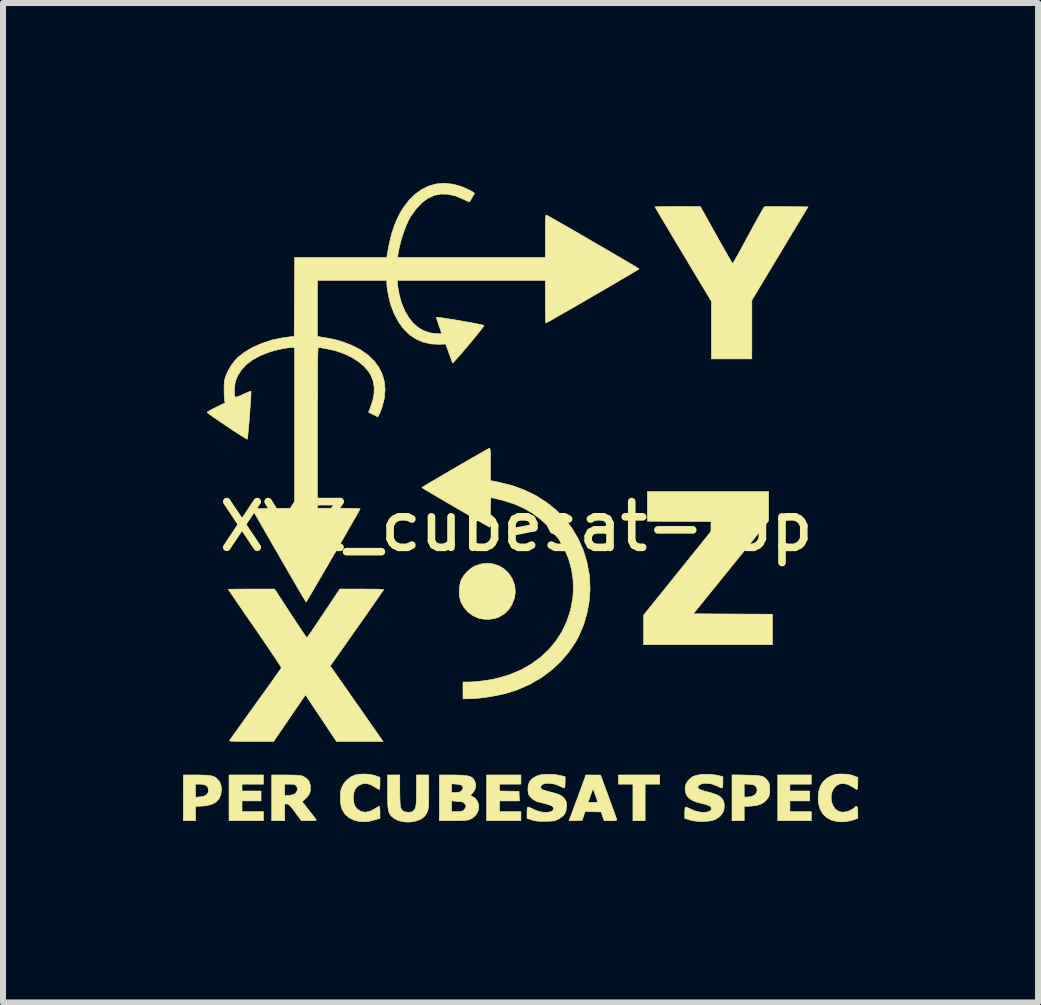
<source format=kicad_pcb>
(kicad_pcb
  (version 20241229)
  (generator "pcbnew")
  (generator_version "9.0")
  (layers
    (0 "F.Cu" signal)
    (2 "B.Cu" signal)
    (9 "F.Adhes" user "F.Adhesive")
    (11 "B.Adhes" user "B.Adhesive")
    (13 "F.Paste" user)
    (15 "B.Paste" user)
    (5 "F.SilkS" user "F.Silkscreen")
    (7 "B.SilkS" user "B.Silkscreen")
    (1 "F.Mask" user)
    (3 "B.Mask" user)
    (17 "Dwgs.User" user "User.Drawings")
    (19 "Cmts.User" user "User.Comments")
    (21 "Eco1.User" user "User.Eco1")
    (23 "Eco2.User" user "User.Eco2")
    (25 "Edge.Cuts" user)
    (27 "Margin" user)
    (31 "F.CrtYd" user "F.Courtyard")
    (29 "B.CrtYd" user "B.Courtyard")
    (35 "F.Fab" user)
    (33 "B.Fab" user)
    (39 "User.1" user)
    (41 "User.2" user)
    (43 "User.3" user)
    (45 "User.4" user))
  (footprint "XYZ_cubesat-top"
    (layer "F.Cu")
    (at 5.555 5.725)
    (property "Reference" "XYZ_cubesat-top" (at 0 0 0) (layer "F.SilkS") (effects (font (size 0.762 0.762) (thickness 0.127))))
    (attr exclude_from_pos_files exclude_from_bom)
    (fp_poly (pts (xy 2.388 4.293) (xy 2.146 4.293) (xy 2.146 4.902) (xy 1.943 4.902) (xy 1.943 4.293) (xy 1.702 4.293) (xy 1.702 4.14) (xy 2.388 4.14) (xy 2.388 4.293)) (stroke (width 0.01) (type solid)) (fill yes) (layer "F.SilkS"))
    (fp_poly (pts (xy -4.216 4.293) (xy -4.572 4.293) (xy -4.572 4.407) (xy -4.255 4.407) (xy -4.255 4.572) (xy -4.572 4.572) (xy -4.572 4.75) (xy -4.216 4.75) (xy -4.216 4.902) (xy -4.788 4.902) (xy -4.788 4.14) (xy -4.216 4.14) (xy -4.216 4.293)) (stroke (width 0.01) (type solid)) (fill yes) (layer "F.SilkS"))
    (fp_poly (pts (xy 4.915 4.293) (xy 4.559 4.293) (xy 4.559 4.407) (xy 4.889 4.407) (xy 4.889 4.572) (xy 4.559 4.572) (xy 4.559 4.75) (xy 4.915 4.75) (xy 4.915 4.902) (xy 4.356 4.902) (xy 4.356 4.14) (xy 4.915 4.14) (xy 4.915 4.293)) (stroke (width 0.01) (type solid)) (fill yes) (layer "F.SilkS"))
    (fp_poly (pts (xy 0.076 4.293) (xy -0.279 4.293) (xy -0.279 4.406) (xy -0.117 4.41) (xy 0.044 4.413) (xy 0.052 4.572) (xy -0.279 4.572) (xy -0.279 4.75) (xy 0.076 4.75) (xy 0.076 4.902) (xy -0.495 4.902) (xy -0.495 4.14) (xy 0.076 4.14) (xy 0.076 4.293)) (stroke (width 0.01) (type solid)) (fill yes) (layer "F.SilkS"))
    (fp_poly (pts (xy 4.203 -0.34) (xy 4.203 -0.095) (xy 3.576 0.679) (xy 2.949 1.454) (xy 4.267 1.461) (xy 4.267 1.968) (xy 2.121 1.968) (xy 2.121 1.476) (xy 3.376 -0.083) (xy 2.78 -0.086) (xy 2.184 -0.089) (xy 2.184 -0.584) (xy 4.204 -0.584) (xy 4.203 -0.34)) (stroke (width 0.01) (type solid)) (fill yes) (layer "F.SilkS"))
    (fp_poly (pts (xy -5.337 4.14) (xy -5.242 4.141) (xy -5.168 4.144) (xy -5.111 4.149) (xy -5.067 4.158) (xy -5.033 4.171) (xy -5.004 4.189) (xy -4.99 4.2) (xy -4.945 4.252) (xy -4.921 4.316) (xy -4.915 4.381) (xy -4.925 4.467) (xy -4.954 4.536) (xy -5.004 4.59) (xy -5.073 4.628) (xy -5.163 4.652) (xy -5.229 4.658) (xy -5.347 4.664) (xy -5.347 4.902) (xy -5.55 4.902) (xy -5.55 4.293) (xy -5.347 4.293) (xy -5.347 4.512) (xy -5.268 4.504) (xy -5.209 4.494) (xy -5.17 4.476) (xy -5.16 4.468) (xy -5.136 4.432) (xy -5.131 4.393) (xy -5.14 4.346) (xy -5.168 4.315) (xy -5.216 4.297) (xy -5.272 4.293) (xy -5.347 4.293) (xy -5.55 4.293) (xy -5.55 4.14) (xy -5.337 4.14)) (stroke (width 0.01) (type solid)) (fill yes) (layer "F.SilkS"))
    (fp_poly (pts (xy -0.379 0.624) (xy -0.285 0.656) (xy -0.201 0.708) (xy -0.129 0.778) (xy -0.072 0.864) (xy -0.033 0.964) (xy -0.026 0.994) (xy -0.017 1.094) (xy -0.032 1.194) (xy -0.072 1.296) (xy -0.072 1.297) (xy -0.125 1.381) (xy -0.193 1.448) (xy -0.279 1.502) (xy -0.288 1.507) (xy -0.364 1.533) (xy -0.453 1.546) (xy -0.544 1.544) (xy -0.629 1.529) (xy -0.638 1.525) (xy -0.728 1.483) (xy -0.808 1.422) (xy -0.875 1.345) (xy -0.922 1.259) (xy -0.935 1.222) (xy -0.948 1.149) (xy -0.951 1.067) (xy -0.944 0.984) (xy -0.927 0.911) (xy -0.917 0.886) (xy -0.876 0.817) (xy -0.818 0.75) (xy -0.75 0.693) (xy -0.687 0.656) (xy -0.583 0.622) (xy -0.479 0.611) (xy -0.379 0.624)) (stroke (width 0.01) (type solid)) (fill yes) (layer "F.SilkS"))
    (fp_poly (pts (xy 3.832 4.142) (xy 3.926 4.145) (xy 3.998 4.148) (xy 4.053 4.154) (xy 4.094 4.162) (xy 4.125 4.176) (xy 4.15 4.195) (xy 4.173 4.22) (xy 4.187 4.238) (xy 4.206 4.265) (xy 4.216 4.291) (xy 4.221 4.324) (xy 4.223 4.373) (xy 4.223 4.383) (xy 4.222 4.435) (xy 4.217 4.471) (xy 4.207 4.499) (xy 4.189 4.529) (xy 4.185 4.535) (xy 4.137 4.588) (xy 4.077 4.625) (xy 4.002 4.648) (xy 3.91 4.659) (xy 3.797 4.664) (xy 3.797 4.902) (xy 3.594 4.902) (xy 3.594 4.508) (xy 3.797 4.508) (xy 3.839 4.508) (xy 3.88 4.505) (xy 3.924 4.496) (xy 3.927 4.495) (xy 3.974 4.472) (xy 4.003 4.436) (xy 4.013 4.393) (xy 4.002 4.348) (xy 3.989 4.33) (xy 3.971 4.313) (xy 3.945 4.303) (xy 3.904 4.297) (xy 3.882 4.295) (xy 3.797 4.29) (xy 3.797 4.508) (xy 3.594 4.508) (xy 3.594 4.138) (xy 3.832 4.142)) (stroke (width 0.01) (type solid)) (fill yes) (layer "F.SilkS"))
    (fp_poly (pts (xy 1.403 4.141) (xy 1.537 4.504) (xy 1.57 4.595) (xy 1.601 4.679) (xy 1.628 4.753) (xy 1.649 4.813) (xy 1.665 4.857) (xy 1.673 4.881) (xy 1.674 4.885) (xy 1.671 4.893) (xy 1.654 4.899) (xy 1.619 4.902) (xy 1.57 4.902) (xy 1.463 4.902) (xy 1.438 4.829) (xy 1.414 4.756) (xy 1.145 4.749) (xy 1.121 4.822) (xy 1.097 4.896) (xy 0.986 4.9) (xy 0.876 4.903) (xy 0.9 4.842) (xy 0.911 4.814) (xy 0.929 4.766) (xy 0.953 4.702) (xy 0.981 4.625) (xy 0.991 4.597) (xy 1.195 4.597) (xy 1.278 4.597) (xy 1.323 4.596) (xy 1.348 4.593) (xy 1.356 4.585) (xy 1.355 4.579) (xy 1.347 4.559) (xy 1.334 4.522) (xy 1.317 4.475) (xy 1.313 4.464) (xy 1.297 4.42) (xy 1.284 4.388) (xy 1.277 4.372) (xy 1.276 4.372) (xy 1.271 4.384) (xy 1.259 4.416) (xy 1.243 4.46) (xy 1.234 4.486) (xy 1.195 4.597) (xy 0.991 4.597) (xy 1.012 4.541) (xy 1.042 4.461) (xy 1.159 4.14) (xy 1.403 4.141)) (stroke (width 0.01) (type solid)) (fill yes) (layer "F.SilkS"))
    (fp_poly (pts (xy -1.943 4.385) (xy -1.942 4.464) (xy -1.94 4.538) (xy -1.938 4.602) (xy -1.934 4.649) (xy -1.93 4.676) (xy -1.908 4.723) (xy -1.872 4.75) (xy -1.819 4.762) (xy -1.8 4.763) (xy -1.757 4.759) (xy -1.728 4.747) (xy -1.709 4.731) (xy -1.695 4.713) (xy -1.684 4.691) (xy -1.676 4.662) (xy -1.67 4.623) (xy -1.667 4.569) (xy -1.665 4.498) (xy -1.664 4.407) (xy -1.664 4.372) (xy -1.664 4.14) (xy -1.46 4.14) (xy -1.46 4.423) (xy -1.461 4.515) (xy -1.461 4.586) (xy -1.462 4.639) (xy -1.465 4.678) (xy -1.469 4.706) (xy -1.474 4.729) (xy -1.482 4.75) (xy -1.493 4.771) (xy -1.493 4.773) (xy -1.533 4.832) (xy -1.588 4.874) (xy -1.66 4.903) (xy -1.707 4.914) (xy -1.765 4.923) (xy -1.812 4.925) (xy -1.861 4.922) (xy -1.908 4.915) (xy -1.974 4.896) (xy -2.035 4.865) (xy -2.082 4.827) (xy -2.092 4.815) (xy -2.109 4.789) (xy -2.122 4.762) (xy -2.132 4.729) (xy -2.139 4.688) (xy -2.143 4.634) (xy -2.145 4.563) (xy -2.146 4.473) (xy -2.146 4.418) (xy -2.146 4.14) (xy -1.943 4.14) (xy -1.943 4.385)) (stroke (width 0.01) (type solid)) (fill yes) (layer "F.SilkS"))
    (fp_poly (pts (xy 3.067 -5.333) (xy 3.332 -4.857) (xy 3.388 -4.757) (xy 3.44 -4.664) (xy 3.488 -4.58) (xy 3.529 -4.508) (xy 3.562 -4.45) (xy 3.587 -4.409) (xy 3.602 -4.386) (xy 3.605 -4.382) (xy 3.612 -4.393) (xy 3.631 -4.424) (xy 3.658 -4.472) (xy 3.694 -4.536) (xy 3.737 -4.614) (xy 3.785 -4.702) (xy 3.837 -4.799) (xy 3.867 -4.853) (xy 3.921 -4.954) (xy 3.972 -5.047) (xy 4.019 -5.131) (xy 4.059 -5.203) (xy 4.092 -5.261) (xy 4.116 -5.303) (xy 4.131 -5.326) (xy 4.134 -5.329) (xy 4.149 -5.331) (xy 4.187 -5.331) (xy 4.243 -5.332) (xy 4.315 -5.332) (xy 4.399 -5.332) (xy 4.491 -5.331) (xy 4.504 -5.331) (xy 4.861 -5.328) (xy 4.392 -4.549) (xy 3.924 -3.771) (xy 3.924 -2.794) (xy 3.251 -2.794) (xy 3.251 -3.753) (xy 2.781 -4.536) (xy 2.704 -4.665) (xy 2.631 -4.787) (xy 2.563 -4.901) (xy 2.501 -5.005) (xy 2.445 -5.098) (xy 2.398 -5.177) (xy 2.36 -5.242) (xy 2.333 -5.289) (xy 2.316 -5.318) (xy 2.311 -5.327) (xy 2.324 -5.328) (xy 2.358 -5.33) (xy 2.412 -5.332) (xy 2.481 -5.333) (xy 2.564 -5.333) (xy 2.656 -5.334) (xy 2.689 -5.334) (xy 3.067 -5.333)) (stroke (width 0.01) (type solid)) (fill yes) (layer "F.SilkS"))
    (fp_poly (pts (xy -3.839 4.14) (xy -3.752 4.141) (xy -3.686 4.142) (xy -3.638 4.145) (xy -3.602 4.149) (xy -3.575 4.154) (xy -3.553 4.162) (xy -3.549 4.164) (xy -3.489 4.203) (xy -3.45 4.255) (xy -3.432 4.321) (xy -3.435 4.402) (xy -3.435 4.404) (xy -3.444 4.442) (xy -3.46 4.473) (xy -3.489 4.507) (xy -3.506 4.525) (xy -3.569 4.585) (xy -3.457 4.728) (xy -3.416 4.78) (xy -3.38 4.826) (xy -3.353 4.862) (xy -3.338 4.883) (xy -3.336 4.886) (xy -3.337 4.894) (xy -3.353 4.899) (xy -3.388 4.901) (xy -3.444 4.902) (xy -3.454 4.902) (xy -3.582 4.902) (xy -3.685 4.763) (xy -3.727 4.706) (xy -3.758 4.666) (xy -3.782 4.642) (xy -3.8 4.628) (xy -3.816 4.623) (xy -3.824 4.623) (xy -3.861 4.623) (xy -3.861 4.902) (xy -4.077 4.902) (xy -4.077 4.293) (xy -3.861 4.293) (xy -3.861 4.487) (xy -3.781 4.479) (xy -3.732 4.472) (xy -3.7 4.46) (xy -3.677 4.442) (xy -3.673 4.438) (xy -3.649 4.396) (xy -3.649 4.354) (xy -3.67 4.318) (xy -3.691 4.303) (xy -3.72 4.295) (xy -3.766 4.293) (xy -3.778 4.293) (xy -3.861 4.293) (xy -4.077 4.293) (xy -4.077 4.14) (xy -3.839 4.14)) (stroke (width 0.01) (type solid)) (fill yes) (layer "F.SilkS"))
    (fp_poly (pts (xy -2.475 4.127) (xy -2.401 4.138) (xy -2.346 4.153) (xy -2.273 4.18) (xy -2.273 4.281) (xy -2.275 4.328) (xy -2.278 4.363) (xy -2.283 4.381) (xy -2.285 4.381) (xy -2.301 4.375) (xy -2.33 4.358) (xy -2.362 4.338) (xy -2.437 4.297) (xy -2.509 4.281) (xy -2.576 4.29) (xy -2.637 4.322) (xy -2.643 4.327) (xy -2.684 4.373) (xy -2.708 4.431) (xy -2.718 4.504) (xy -2.718 4.521) (xy -2.711 4.598) (xy -2.69 4.658) (xy -2.653 4.706) (xy -2.643 4.715) (xy -2.583 4.75) (xy -2.517 4.761) (xy -2.446 4.748) (xy -2.37 4.711) (xy -2.362 4.705) (xy -2.325 4.682) (xy -2.297 4.666) (xy -2.285 4.661) (xy -2.279 4.673) (xy -2.275 4.704) (xy -2.273 4.748) (xy -2.273 4.761) (xy -2.273 4.862) (xy -2.353 4.887) (xy -2.451 4.912) (xy -2.546 4.919) (xy -2.618 4.914) (xy -2.71 4.892) (xy -2.789 4.852) (xy -2.854 4.794) (xy -2.9 4.721) (xy -2.915 4.681) (xy -2.926 4.626) (xy -2.932 4.558) (xy -2.933 4.486) (xy -2.929 4.421) (xy -2.921 4.381) (xy -2.885 4.297) (xy -2.828 4.226) (xy -2.754 4.17) (xy -2.686 4.14) (xy -2.627 4.128) (xy -2.554 4.124) (xy -2.475 4.127)) (stroke (width 0.01) (type solid)) (fill yes) (layer "F.SilkS"))
    (fp_poly (pts (xy 5.498 4.127) (xy 5.554 4.134) (xy 5.605 4.148) (xy 5.617 4.152) (xy 5.69 4.18) (xy 5.69 4.281) (xy 5.688 4.328) (xy 5.685 4.363) (xy 5.68 4.381) (xy 5.678 4.381) (xy 5.662 4.375) (xy 5.633 4.358) (xy 5.601 4.338) (xy 5.526 4.298) (xy 5.454 4.282) (xy 5.388 4.289) (xy 5.329 4.319) (xy 5.327 4.321) (xy 5.286 4.368) (xy 5.258 4.431) (xy 5.246 4.502) (xy 5.25 4.575) (xy 5.271 4.643) (xy 5.274 4.648) (xy 5.313 4.706) (xy 5.361 4.742) (xy 5.423 4.759) (xy 5.425 4.759) (xy 5.479 4.756) (xy 5.538 4.741) (xy 5.593 4.716) (xy 5.633 4.685) (xy 5.634 4.685) (xy 5.658 4.663) (xy 5.674 4.661) (xy 5.684 4.68) (xy 5.689 4.722) (xy 5.69 4.761) (xy 5.69 4.861) (xy 5.634 4.882) (xy 5.596 4.895) (xy 5.556 4.905) (xy 5.506 4.913) (xy 5.448 4.92) (xy 5.418 4.92) (xy 5.374 4.918) (xy 5.346 4.915) (xy 5.251 4.892) (xy 5.171 4.849) (xy 5.108 4.789) (xy 5.063 4.711) (xy 5.036 4.618) (xy 5.029 4.529) (xy 5.038 4.421) (xy 5.064 4.331) (xy 5.108 4.257) (xy 5.17 4.198) (xy 5.227 4.164) (xy 5.269 4.145) (xy 5.304 4.133) (xy 5.342 4.127) (xy 5.39 4.124) (xy 5.426 4.124) (xy 5.498 4.127)) (stroke (width 0.01) (type solid)) (fill yes) (layer "F.SilkS"))
    (fp_poly (pts (xy -1.057 4.14) (xy -0.957 4.142) (xy -0.879 4.146) (xy -0.82 4.153) (xy -0.775 4.164) (xy -0.742 4.181) (xy -0.718 4.203) (xy -0.706 4.219) (xy -0.681 4.278) (xy -0.678 4.34) (xy -0.697 4.399) (xy -0.735 4.448) (xy -0.737 4.45) (xy -0.76 4.471) (xy -0.765 4.481) (xy -0.754 4.488) (xy -0.749 4.489) (xy -0.695 4.519) (xy -0.655 4.567) (xy -0.631 4.627) (xy -0.627 4.696) (xy -0.629 4.709) (xy -0.648 4.766) (xy -0.687 4.819) (xy -0.738 4.862) (xy -0.794 4.888) (xy -0.824 4.893) (xy -0.873 4.897) (xy -0.938 4.9) (xy -1.012 4.902) (xy -1.064 4.902) (xy -1.283 4.902) (xy -1.283 4.75) (xy -1.079 4.75) (xy -0.99 4.75) (xy -0.941 4.749) (xy -0.909 4.744) (xy -0.886 4.733) (xy -0.869 4.719) (xy -0.848 4.69) (xy -0.838 4.663) (xy -0.838 4.661) (xy -0.85 4.628) (xy -0.878 4.6) (xy -0.915 4.585) (xy -0.925 4.585) (xy -0.961 4.583) (xy -1.006 4.578) (xy -1.021 4.577) (xy -1.079 4.569) (xy -1.079 4.75) (xy -1.283 4.75) (xy -1.283 4.432) (xy -1.079 4.432) (xy -1.01 4.432) (xy -0.962 4.429) (xy -0.93 4.419) (xy -0.914 4.407) (xy -0.896 4.381) (xy -0.889 4.359) (xy -0.895 4.33) (xy -0.913 4.31) (xy -0.949 4.299) (xy -0.996 4.293) (xy -1.079 4.286) (xy -1.079 4.432) (xy -1.283 4.432) (xy -1.283 4.14) (xy -1.057 4.14)) (stroke (width 0.01) (type solid)) (fill yes) (layer "F.SilkS"))
    (fp_poly (pts (xy 3.231 4.13) (xy 3.309 4.138) (xy 3.353 4.146) (xy 3.442 4.168) (xy 3.442 4.262) (xy 3.44 4.318) (xy 3.434 4.349) (xy 3.427 4.356) (xy 3.408 4.351) (xy 3.375 4.337) (xy 3.348 4.324) (xy 3.253 4.289) (xy 3.163 4.278) (xy 3.111 4.282) (xy 3.066 4.297) (xy 3.034 4.319) (xy 3.023 4.345) (xy 3.023 4.345) (xy 3.034 4.366) (xy 3.068 4.386) (xy 3.126 4.406) (xy 3.177 4.419) (xy 3.273 4.445) (xy 3.346 4.473) (xy 3.4 4.505) (xy 3.436 4.543) (xy 3.457 4.589) (xy 3.464 4.623) (xy 3.463 4.702) (xy 3.439 4.771) (xy 3.393 4.83) (xy 3.327 4.875) (xy 3.294 4.889) (xy 3.228 4.906) (xy 3.146 4.914) (xy 3.058 4.915) (xy 2.971 4.907) (xy 2.894 4.891) (xy 2.886 4.888) (xy 2.807 4.863) (xy 2.807 4.768) (xy 2.809 4.713) (xy 2.814 4.682) (xy 2.821 4.674) (xy 2.839 4.679) (xy 2.872 4.693) (xy 2.915 4.713) (xy 2.919 4.715) (xy 2.984 4.741) (xy 3.05 4.757) (xy 3.114 4.763) (xy 3.17 4.76) (xy 3.214 4.747) (xy 3.243 4.725) (xy 3.251 4.699) (xy 3.242 4.673) (xy 3.213 4.651) (xy 3.161 4.632) (xy 3.1 4.617) (xy 3.003 4.592) (xy 2.928 4.561) (xy 2.874 4.524) (xy 2.838 4.478) (xy 2.819 4.432) (xy 2.811 4.358) (xy 2.827 4.289) (xy 2.866 4.228) (xy 2.926 4.177) (xy 2.952 4.162) (xy 3.002 4.145) (xy 3.07 4.133) (xy 3.149 4.128) (xy 3.231 4.13)) (stroke (width 0.01) (type solid)) (fill yes) (layer "F.SilkS"))
    (fp_poly (pts (xy 0.645 4.134) (xy 0.716 4.145) (xy 0.731 4.148) (xy 0.813 4.169) (xy 0.813 4.262) (xy 0.811 4.317) (xy 0.805 4.348) (xy 0.798 4.356) (xy 0.781 4.351) (xy 0.747 4.337) (xy 0.706 4.317) (xy 0.705 4.317) (xy 0.644 4.294) (xy 0.582 4.281) (xy 0.523 4.278) (xy 0.471 4.284) (xy 0.432 4.3) (xy 0.41 4.325) (xy 0.406 4.342) (xy 0.409 4.36) (xy 0.42 4.375) (xy 0.444 4.388) (xy 0.483 4.401) (xy 0.542 4.417) (xy 0.569 4.424) (xy 0.649 4.446) (xy 0.709 4.467) (xy 0.753 4.489) (xy 0.785 4.516) (xy 0.811 4.547) (xy 0.827 4.576) (xy 0.836 4.606) (xy 0.837 4.646) (xy 0.836 4.674) (xy 0.826 4.742) (xy 0.802 4.794) (xy 0.761 4.837) (xy 0.707 4.872) (xy 0.676 4.888) (xy 0.649 4.898) (xy 0.617 4.905) (xy 0.576 4.909) (xy 0.518 4.911) (xy 0.489 4.911) (xy 0.416 4.912) (xy 0.361 4.91) (xy 0.317 4.904) (xy 0.276 4.895) (xy 0.257 4.889) (xy 0.178 4.863) (xy 0.178 4.768) (xy 0.179 4.717) (xy 0.183 4.687) (xy 0.191 4.675) (xy 0.195 4.674) (xy 0.214 4.679) (xy 0.249 4.694) (xy 0.291 4.714) (xy 0.292 4.715) (xy 0.355 4.741) (xy 0.419 4.757) (xy 0.482 4.763) (xy 0.538 4.76) (xy 0.583 4.748) (xy 0.612 4.727) (xy 0.622 4.699) (xy 0.615 4.677) (xy 0.593 4.657) (xy 0.552 4.639) (xy 0.489 4.62) (xy 0.454 4.611) (xy 0.382 4.593) (xy 0.33 4.576) (xy 0.291 4.556) (xy 0.258 4.531) (xy 0.236 4.509) (xy 0.214 4.482) (xy 0.201 4.453) (xy 0.195 4.412) (xy 0.193 4.39) (xy 0.197 4.313) (xy 0.221 4.25) (xy 0.266 4.2) (xy 0.334 4.16) (xy 0.368 4.147) (xy 0.42 4.135) (xy 0.489 4.129) (xy 0.567 4.128) (xy 0.645 4.134)) (stroke (width 0.01) (type solid)) (fill yes) (layer "F.SilkS"))
    (fp_poly (pts (xy -3.764 1.448) (xy -3.705 1.538) (xy -3.65 1.622) (xy -3.6 1.696) (xy -3.558 1.759) (xy -3.525 1.808) (xy -3.502 1.84) (xy -3.492 1.854) (xy -3.491 1.854) (xy -3.483 1.844) (xy -3.462 1.815) (xy -3.43 1.769) (xy -3.389 1.709) (xy -3.34 1.637) (xy -3.285 1.555) (xy -3.225 1.466) (xy -3.213 1.448) (xy -2.942 1.041) (xy -2.576 1.041) (xy -2.483 1.042) (xy -2.398 1.042) (xy -2.325 1.043) (xy -2.268 1.045) (xy -2.228 1.046) (xy -2.211 1.048) (xy -2.21 1.049) (xy -2.217 1.06) (xy -2.237 1.09) (xy -2.269 1.136) (xy -2.311 1.197) (xy -2.363 1.271) (xy -2.421 1.354) (xy -2.485 1.447) (xy -2.554 1.545) (xy -2.626 1.648) (xy -2.7 1.753) (xy -2.774 1.858) (xy -2.846 1.961) (xy -2.916 2.06) (xy -2.981 2.152) (xy -3.041 2.237) (xy -3.064 2.269) (xy -3.102 2.322) (xy -2.686 2.917) (xy -2.608 3.027) (xy -2.535 3.132) (xy -2.467 3.23) (xy -2.405 3.318) (xy -2.351 3.395) (xy -2.307 3.458) (xy -2.274 3.506) (xy -2.252 3.536) (xy -2.245 3.546) (xy -2.221 3.581) (xy -2.997 3.581) (xy -3.256 3.193) (xy -3.515 2.805) (xy -3.78 3.193) (xy -4.045 3.58) (xy -4.417 3.581) (xy -4.528 3.581) (xy -4.615 3.58) (xy -4.681 3.579) (xy -4.729 3.577) (xy -4.76 3.575) (xy -4.776 3.571) (xy -4.78 3.567) (xy -4.78 3.566) (xy -4.771 3.553) (xy -4.748 3.521) (xy -4.714 3.472) (xy -4.668 3.409) (xy -4.613 3.332) (xy -4.55 3.244) (xy -4.481 3.147) (xy -4.406 3.043) (xy -4.346 2.959) (xy -4.268 2.85) (xy -4.194 2.748) (xy -4.126 2.653) (xy -4.066 2.568) (xy -4.014 2.494) (xy -3.971 2.434) (xy -3.94 2.39) (xy -3.921 2.363) (xy -3.916 2.355) (xy -3.922 2.342) (xy -3.941 2.31) (xy -3.973 2.262) (xy -4.015 2.197) (xy -4.067 2.12) (xy -4.127 2.03) (xy -4.195 1.931) (xy -4.268 1.823) (xy -4.346 1.71) (xy -4.356 1.696) (xy -4.434 1.582) (xy -4.509 1.475) (xy -4.577 1.375) (xy -4.639 1.285) (xy -4.692 1.207) (xy -4.737 1.142) (xy -4.77 1.093) (xy -4.792 1.06) (xy -4.8 1.047) (xy -4.801 1.047) (xy -4.788 1.045) (xy -4.754 1.044) (xy -4.7 1.043) (xy -4.63 1.042) (xy -4.547 1.042) (xy -4.455 1.041) (xy -4.415 1.041) (xy -4.03 1.041) (xy -3.764 1.448)) (stroke (width 0.01) (type solid)) (fill yes) (layer "F.SilkS"))
    (fp_poly (pts (xy -0.44 -1.296) (xy -0.437 -1.279) (xy -0.434 -1.248) (xy -0.433 -1.201) (xy -0.432 -1.135) (xy -0.432 -1.047) (xy -0.432 -1.039) (xy -0.432 -0.766) (xy -0.294 -0.739) (xy -0.073 -0.684) (xy 0.134 -0.609) (xy 0.326 -0.516) (xy 0.502 -0.404) (xy 0.661 -0.276) (xy 0.803 -0.132) (xy 0.926 0.027) (xy 1.029 0.2) (xy 1.113 0.387) (xy 1.174 0.585) (xy 1.214 0.794) (xy 1.221 0.855) (xy 1.228 1.052) (xy 1.213 1.251) (xy 1.176 1.449) (xy 1.119 1.641) (xy 1.042 1.823) (xy 0.992 1.916) (xy 0.875 2.09) (xy 0.739 2.25) (xy 0.584 2.393) (xy 0.413 2.52) (xy 0.226 2.628) (xy 0.026 2.716) (xy -0.049 2.743) (xy -0.177 2.781) (xy -0.321 2.814) (xy -0.471 2.84) (xy -0.62 2.859) (xy -0.758 2.869) (xy -0.816 2.87) (xy -0.889 2.87) (xy -0.889 2.591) (xy -0.791 2.591) (xy -0.703 2.587) (xy -0.601 2.577) (xy -0.492 2.563) (xy -0.386 2.544) (xy -0.316 2.529) (xy -0.114 2.469) (xy 0.073 2.391) (xy 0.245 2.294) (xy 0.401 2.18) (xy 0.54 2.051) (xy 0.66 1.907) (xy 0.761 1.75) (xy 0.842 1.58) (xy 0.901 1.4) (xy 0.938 1.21) (xy 0.949 1.092) (xy 0.947 0.901) (xy 0.92 0.714) (xy 0.87 0.534) (xy 0.796 0.362) (xy 0.7 0.2) (xy 0.581 0.05) (xy 0.533 -0.001) (xy 0.405 -0.12) (xy 0.272 -0.22) (xy 0.13 -0.304) (xy -0.025 -0.372) (xy -0.197 -0.429) (xy -0.286 -0.452) (xy -0.34 -0.465) (xy -0.384 -0.475) (xy -0.414 -0.481) (xy -0.422 -0.483) (xy -0.425 -0.471) (xy -0.428 -0.437) (xy -0.43 -0.386) (xy -0.431 -0.32) (xy -0.432 -0.245) (xy -0.432 -0.234) (xy -0.432 -0.158) (xy -0.434 -0.092) (xy -0.436 -0.039) (xy -0.439 -0.004) (xy -0.442 0.01) (xy -0.442 0.011) (xy -0.459 0.002) (xy -0.494 -0.018) (xy -0.546 -0.047) (xy -0.611 -0.084) (xy -0.688 -0.128) (xy -0.773 -0.178) (xy -0.864 -0.231) (xy -0.96 -0.286) (xy -1.056 -0.343) (xy -1.152 -0.398) (xy -1.243 -0.452) (xy -1.329 -0.502) (xy -1.405 -0.547) (xy -1.47 -0.586) (xy -1.522 -0.617) (xy -1.557 -0.638) (xy -1.574 -0.649) (xy -1.575 -0.65) (xy -1.564 -0.657) (xy -1.534 -0.676) (xy -1.487 -0.704) (xy -1.425 -0.741) (xy -1.352 -0.784) (xy -1.269 -0.833) (xy -1.179 -0.886) (xy -1.085 -0.941) (xy -0.989 -0.997) (xy -0.893 -1.052) (xy -0.801 -1.106) (xy -0.714 -1.156) (xy -0.635 -1.201) (xy -0.568 -1.239) (xy -0.513 -1.27) (xy -0.474 -1.292) (xy -0.453 -1.303) (xy -0.452 -1.303) (xy -0.445 -1.303) (xy -0.44 -1.296)) (stroke (width 0.01) (type solid)) (fill yes) (layer "F.SilkS"))
    (fp_poly (pts (xy -1.058 -5.706) (xy -0.923 -5.669) (xy -0.874 -5.65) (xy -0.823 -5.627) (xy -0.774 -5.603) (xy -0.734 -5.581) (xy -0.707 -5.563) (xy -0.699 -5.554) (xy -0.704 -5.541) (xy -0.72 -5.514) (xy -0.739 -5.48) (xy -0.759 -5.446) (xy -0.775 -5.421) (xy -0.782 -5.412) (xy -0.795 -5.415) (xy -0.824 -5.427) (xy -0.866 -5.447) (xy -0.892 -5.459) (xy -1.019 -5.511) (xy -1.141 -5.538) (xy -1.256 -5.541) (xy -1.366 -5.519) (xy -1.47 -5.473) (xy -1.569 -5.401) (xy -1.662 -5.305) (xy -1.75 -5.185) (xy -1.771 -5.151) (xy -1.81 -5.076) (xy -1.849 -4.984) (xy -1.887 -4.88) (xy -1.921 -4.771) (xy -1.948 -4.665) (xy -1.968 -4.567) (xy -1.972 -4.537) (xy -1.979 -4.483) (xy 0.483 -4.483) (xy 0.483 -4.84) (xy 0.483 -4.945) (xy 0.483 -5.026) (xy 0.484 -5.088) (xy 0.485 -5.132) (xy 0.488 -5.162) (xy 0.491 -5.18) (xy 0.495 -5.188) (xy 0.501 -5.19) (xy 0.505 -5.189) (xy 0.522 -5.18) (xy 0.558 -5.16) (xy 0.611 -5.13) (xy 0.679 -5.091) (xy 0.76 -5.045) (xy 0.851 -4.993) (xy 0.951 -4.935) (xy 1.058 -4.874) (xy 1.168 -4.81) (xy 1.28 -4.744) (xy 1.393 -4.679) (xy 1.503 -4.615) (xy 1.609 -4.553) (xy 1.708 -4.495) (xy 1.798 -4.442) (xy 1.878 -4.395) (xy 1.944 -4.356) (xy 1.996 -4.325) (xy 2.03 -4.304) (xy 2.044 -4.294) (xy 2.045 -4.294) (xy 2.034 -4.286) (xy 2.004 -4.267) (xy 1.955 -4.238) (xy 1.891 -4.2) (xy 1.814 -4.155) (xy 1.725 -4.103) (xy 1.628 -4.045) (xy 1.523 -3.984) (xy 1.413 -3.92) (xy 1.3 -3.855) (xy 1.187 -3.789) (xy 1.076 -3.724) (xy 0.968 -3.662) (xy 0.865 -3.603) (xy 0.771 -3.549) (xy 0.687 -3.501) (xy 0.615 -3.46) (xy 0.558 -3.427) (xy 0.516 -3.404) (xy 0.494 -3.392) (xy 0.49 -3.391) (xy 0.488 -3.403) (xy 0.487 -3.437) (xy 0.485 -3.491) (xy 0.484 -3.56) (xy 0.483 -3.641) (xy 0.483 -3.732) (xy 0.483 -3.747) (xy 0.483 -4.102) (xy -1.981 -4.102) (xy -1.981 -4.059) (xy -1.977 -4.009) (xy -1.967 -3.944) (xy -1.952 -3.869) (xy -1.934 -3.795) (xy -1.914 -3.728) (xy -1.912 -3.723) (xy -1.856 -3.588) (xy -1.787 -3.473) (xy -1.725 -3.397) (xy -1.643 -3.322) (xy -1.555 -3.269) (xy -1.455 -3.233) (xy -1.454 -3.233) (xy -1.413 -3.224) (xy -1.366 -3.218) (xy -1.319 -3.214) (xy -1.279 -3.212) (xy -1.252 -3.215) (xy -1.245 -3.219) (xy -1.249 -3.232) (xy -1.26 -3.265) (xy -1.276 -3.31) (xy -1.289 -3.348) (xy -1.308 -3.401) (xy -1.322 -3.446) (xy -1.33 -3.476) (xy -1.331 -3.486) (xy -1.318 -3.487) (xy -1.284 -3.484) (xy -1.232 -3.477) (xy -1.167 -3.467) (xy -1.091 -3.456) (xy -1.008 -3.442) (xy -0.922 -3.427) (xy -0.837 -3.412) (xy -0.756 -3.398) (xy -0.682 -3.384) (xy -0.62 -3.371) (xy -0.574 -3.361) (xy -0.546 -3.353) (xy -0.539 -3.35) (xy -0.545 -3.339) (xy -0.566 -3.311) (xy -0.599 -3.267) (xy -0.643 -3.212) (xy -0.696 -3.147) (xy -0.756 -3.074) (xy -0.795 -3.027) (xy -0.859 -2.952) (xy -0.917 -2.884) (xy -0.969 -2.825) (xy -1.011 -2.778) (xy -1.042 -2.744) (xy -1.059 -2.727) (xy -1.063 -2.725) (xy -1.069 -2.741) (xy -1.081 -2.776) (xy -1.099 -2.824) (xy -1.12 -2.882) (xy -1.122 -2.889) (xy -1.178 -3.042) (xy -1.278 -3.037) (xy -1.419 -3.043) (xy -1.55 -3.072) (xy -1.671 -3.124) (xy -1.78 -3.197) (xy -1.878 -3.292) (xy -1.963 -3.409) (xy -2.035 -3.546) (xy -2.082 -3.665) (xy -2.105 -3.742) (xy -2.125 -3.826) (xy -2.142 -3.91) (xy -2.154 -3.987) (xy -2.159 -4.048) (xy -2.159 -4.053) (xy -2.159 -4.102) (xy -3.315 -4.102) (xy -3.315 -3.168) (xy -3.173 -3.145) (xy -3.098 -3.131) (xy -3.017 -3.113) (xy -2.941 -3.093) (xy -2.909 -3.084) (xy -2.744 -3.021) (xy -2.598 -2.946) (xy -2.474 -2.859) (xy -2.372 -2.761) (xy -2.292 -2.654) (xy -2.234 -2.537) (xy -2.199 -2.411) (xy -2.188 -2.278) (xy -2.2 -2.139) (xy -2.237 -1.993) (xy -2.268 -1.908) (xy -2.286 -1.868) (xy -2.3 -1.84) (xy -2.307 -1.829) (xy -2.307 -1.829) (xy -2.32 -1.834) (xy -2.349 -1.848) (xy -2.388 -1.867) (xy -2.463 -1.905) (xy -2.437 -1.972) (xy -2.393 -2.099) (xy -2.371 -2.215) (xy -2.369 -2.323) (xy -2.387 -2.426) (xy -2.419 -2.51) (xy -2.47 -2.595) (xy -2.544 -2.676) (xy -2.636 -2.752) (xy -2.745 -2.821) (xy -2.866 -2.879) (xy -2.997 -2.925) (xy -2.999 -2.925) (xy -3.041 -2.936) (xy -3.094 -2.948) (xy -3.153 -2.96) (xy -3.21 -2.971) (xy -3.258 -2.98) (xy -3.291 -2.984) (xy -3.297 -2.985) (xy -3.3 -2.981) (xy -3.302 -2.972) (xy -3.305 -2.953) (xy -3.307 -2.926) (xy -3.308 -2.887) (xy -3.31 -2.836) (xy -3.311 -2.771) (xy -3.312 -2.692) (xy -3.313 -2.596) (xy -3.314 -2.482) (xy -3.314 -2.35) (xy -3.314 -2.197) (xy -3.315 -2.023) (xy -3.315 -1.826) (xy -3.315 -1.645) (xy -3.315 -0.305) (xy -2.959 -0.305) (xy -2.867 -0.305) (xy -2.784 -0.304) (xy -2.713 -0.302) (xy -2.657 -0.301) (xy -2.619 -0.299) (xy -2.604 -0.297) (xy -2.603 -0.296) (xy -2.61 -0.284) (xy -2.627 -0.251) (xy -2.655 -0.201) (xy -2.692 -0.136) (xy -2.737 -0.058) (xy -2.789 0.032) (xy -2.845 0.131) (xy -2.906 0.236) (xy -2.97 0.346) (xy -3.035 0.459) (xy -3.101 0.572) (xy -3.165 0.683) (xy -3.228 0.79) (xy -3.287 0.892) (xy -3.342 0.985) (xy -3.39 1.068) (xy -3.432 1.139) (xy -3.465 1.195) (xy -3.489 1.234) (xy -3.502 1.254) (xy -3.504 1.257) (xy -3.511 1.246) (xy -3.53 1.215) (xy -3.56 1.165) (xy -3.599 1.099) (xy -3.647 1.018) (xy -3.702 0.923) (xy -3.764 0.817) (xy -3.831 0.701) (xy -3.903 0.577) (xy -3.959 0.479) (xy -4.407 -0.298) (xy -3.696 -0.305) (xy -3.696 -2.985) (xy -3.738 -2.985) (xy -3.795 -2.98) (xy -3.869 -2.969) (xy -3.951 -2.952) (xy -4.037 -2.931) (xy -4.117 -2.907) (xy -4.126 -2.904) (xy -4.272 -2.846) (xy -4.399 -2.776) (xy -4.504 -2.695) (xy -4.588 -2.603) (xy -4.649 -2.503) (xy -4.676 -2.434) (xy -4.687 -2.387) (xy -4.694 -2.331) (xy -4.698 -2.273) (xy -4.699 -2.22) (xy -4.694 -2.179) (xy -4.688 -2.162) (xy -4.678 -2.157) (xy -4.655 -2.161) (xy -4.617 -2.175) (xy -4.56 -2.2) (xy -4.553 -2.204) (xy -4.502 -2.226) (xy -4.46 -2.244) (xy -4.432 -2.254) (xy -4.423 -2.255) (xy -4.422 -2.241) (xy -4.423 -2.205) (xy -4.425 -2.152) (xy -4.429 -2.084) (xy -4.435 -2.007) (xy -4.441 -1.922) (xy -4.447 -1.835) (xy -4.454 -1.748) (xy -4.461 -1.667) (xy -4.468 -1.593) (xy -4.473 -1.532) (xy -4.479 -1.486) (xy -4.482 -1.46) (xy -4.484 -1.456) (xy -4.496 -1.461) (xy -4.525 -1.478) (xy -4.57 -1.505) (xy -4.626 -1.541) (xy -4.691 -1.583) (xy -4.761 -1.629) (xy -4.833 -1.678) (xy -4.905 -1.726) (xy -4.974 -1.773) (xy -5.035 -1.815) (xy -5.087 -1.852) (xy -5.126 -1.88) (xy -5.149 -1.898) (xy -5.153 -1.904) (xy -5.144 -1.913) (xy -5.116 -1.93) (xy -5.073 -1.953) (xy -5.019 -1.981) (xy -5.005 -1.988) (xy -4.853 -2.061) (xy -4.862 -2.101) (xy -4.865 -2.129) (xy -4.868 -2.176) (xy -4.87 -2.234) (xy -4.87 -2.286) (xy -4.87 -2.357) (xy -4.866 -2.41) (xy -4.859 -2.453) (xy -4.848 -2.494) (xy -4.84 -2.515) (xy -4.804 -2.596) (xy -4.755 -2.679) (xy -4.7 -2.756) (xy -4.645 -2.815) (xy -4.53 -2.906) (xy -4.394 -2.986) (xy -4.242 -3.053) (xy -4.077 -3.107) (xy -3.901 -3.145) (xy -3.74 -3.166) (xy -3.702 -3.169) (xy -3.695 -4.483) (xy -2.16 -4.483) (xy -2.153 -4.524) (xy -2.12 -4.705) (xy -2.082 -4.864) (xy -2.037 -5.006) (xy -1.984 -5.133) (xy -1.923 -5.25) (xy -1.889 -5.305) (xy -1.794 -5.432) (xy -1.689 -5.537) (xy -1.576 -5.618) (xy -1.456 -5.676) (xy -1.328 -5.711) (xy -1.196 -5.72) (xy -1.058 -5.706)) (stroke (width 0.01) (type solid)) (fill yes) (layer "F.SilkS")))
  (gr_rect
    (start -3 -3)
    (end 14.249 13.656)
    (stroke (width 0.1) (type default))
    (fill no)
    (layer "Edge.Cuts")))
</source>
